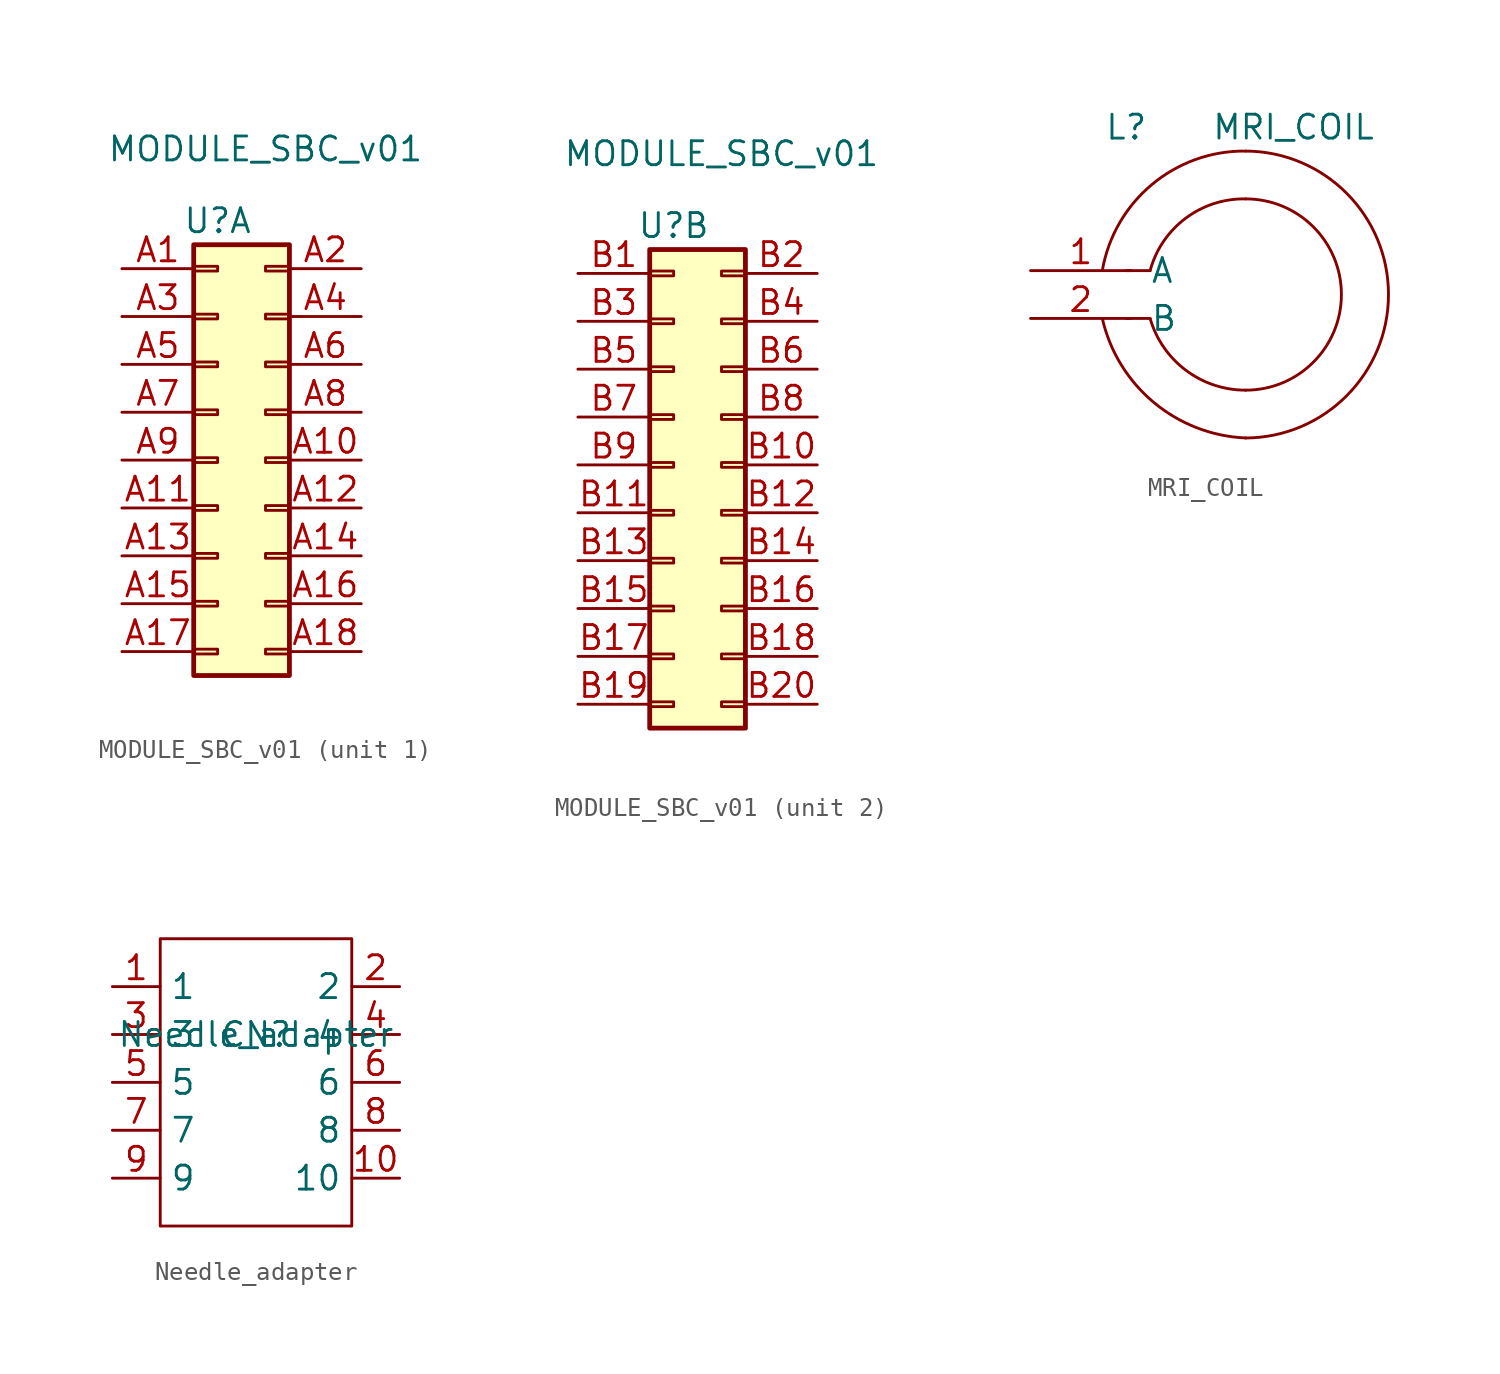
<source format=kicad_sym>
(kicad_symbol_lib
  (version 20211014)
  (generator kicad_symbol_editor)
  (symbol "MODULE_SBC_v01"
    (property "Reference" "U"
      (at -1.27 13.97 0)
      (effects (font (size 1.27 1.27))))
    (property "Value" "MODULE_SBC_v01"
      (at 1.27 17.78 0)
      (effects (font (size 1.27 1.27))))
    (property "ki_locked" ""
      (at 0 0 0)
      (effects (font (size 1.27 1.27))))
    (symbol "MODULE_SBC_v01_1_1"
      (rectangle (start -2.54 -8.763) (end -1.27 -9.017) (stroke (width 0.152) (type default) (color 0 0 0 0)) (fill (type none)))
      (rectangle (start -2.54 -6.223) (end -1.27 -6.477) (stroke (width 0.152) (type default) (color 0 0 0 0)) (fill (type none)))
      (rectangle (start -2.54 -3.683) (end -1.27 -3.937) (stroke (width 0.152) (type default) (color 0 0 0 0)) (fill (type none)))
      (rectangle (start -2.54 -1.143) (end -1.27 -1.397) (stroke (width 0.152) (type default) (color 0 0 0 0)) (fill (type none)))
      (rectangle (start -2.54 1.397) (end -1.27 1.143) (stroke (width 0.152) (type default) (color 0 0 0 0)) (fill (type none)))
      (rectangle (start -2.54 3.937) (end -1.27 3.683) (stroke (width 0.152) (type default) (color 0 0 0 0)) (fill (type none)))
      (rectangle (start -2.54 6.477) (end -1.27 6.223) (stroke (width 0.152) (type default) (color 0 0 0 0)) (fill (type none)))
      (rectangle (start -2.54 9.017) (end -1.27 8.763) (stroke (width 0.152) (type default) (color 0 0 0 0)) (fill (type none)))
      (rectangle (start -2.54 11.557) (end -1.27 11.303) (stroke (width 0.152) (type default) (color 0 0 0 0)) (fill (type none)))
      (rectangle (start -2.54 12.7) (end 2.54 -10.16) (stroke (width 0.254) (type default) (color 0 0 0 0)) (fill (type background)))
      (rectangle (start 2.54 -8.763) (end 1.27 -9.017) (stroke (width 0.152) (type default) (color 0 0 0 0)) (fill (type none)))
      (rectangle (start 2.54 -6.223) (end 1.27 -6.477) (stroke (width 0.152) (type default) (color 0 0 0 0)) (fill (type none)))
      (rectangle (start 2.54 -3.683) (end 1.27 -3.937) (stroke (width 0.152) (type default) (color 0 0 0 0)) (fill (type none)))
      (rectangle (start 2.54 -1.143) (end 1.27 -1.397) (stroke (width 0.152) (type default) (color 0 0 0 0)) (fill (type none)))
      (rectangle (start 2.54 1.397) (end 1.27 1.143) (stroke (width 0.152) (type default) (color 0 0 0 0)) (fill (type none)))
      (rectangle (start 2.54 3.937) (end 1.27 3.683) (stroke (width 0.152) (type default) (color 0 0 0 0)) (fill (type none)))
      (rectangle (start 2.54 6.477) (end 1.27 6.223) (stroke (width 0.152) (type default) (color 0 0 0 0)) (fill (type none)))
      (rectangle (start 2.54 9.017) (end 1.27 8.763) (stroke (width 0.152) (type default) (color 0 0 0 0)) (fill (type none)))
      (rectangle (start 2.54 11.557) (end 1.27 11.303) (stroke (width 0.152) (type default) (color 0 0 0 0)) (fill (type none)))
      (pin passive line (at -6.35 11.43 0) (length 3.81) (name "" (effects (font (size 1.27 1.27)))) (number "A1" (effects (font (size 1.27 1.27)))))
      (pin passive line (at 6.35 1.27 180) (length 3.81) (name "" (effects (font (size 1.27 1.27)))) (number "A10" (effects (font (size 1.27 1.27)))))
      (pin passive line (at -6.35 -1.27 0) (length 3.81) (name "" (effects (font (size 1.27 1.27)))) (number "A11" (effects (font (size 1.27 1.27)))))
      (pin passive line (at 6.35 -1.27 180) (length 3.81) (name "" (effects (font (size 1.27 1.27)))) (number "A12" (effects (font (size 1.27 1.27)))))
      (pin passive line (at -6.35 -3.81 0) (length 3.81) (name "" (effects (font (size 1.27 1.27)))) (number "A13" (effects (font (size 1.27 1.27)))))
      (pin passive line (at 6.35 -3.81 180) (length 3.81) (name "" (effects (font (size 1.27 1.27)))) (number "A14" (effects (font (size 1.27 1.27)))))
      (pin passive line (at -6.35 -6.35 0) (length 3.81) (name "" (effects (font (size 1.27 1.27)))) (number "A15" (effects (font (size 1.27 1.27)))))
      (pin passive line (at 6.35 -6.35 180) (length 3.81) (name "" (effects (font (size 1.27 1.27)))) (number "A16" (effects (font (size 1.27 1.27)))))
      (pin passive line (at -6.35 -8.89 0) (length 3.81) (name "" (effects (font (size 1.27 1.27)))) (number "A17" (effects (font (size 1.27 1.27)))))
      (pin passive line (at 6.35 -8.89 180) (length 3.81) (name "" (effects (font (size 1.27 1.27)))) (number "A18" (effects (font (size 1.27 1.27)))))
      (pin passive line (at 6.35 11.43 180) (length 3.81) (name "" (effects (font (size 1.27 1.27)))) (number "A2" (effects (font (size 1.27 1.27)))))
      (pin passive line (at -6.35 8.89 0) (length 3.81) (name "" (effects (font (size 1.27 1.27)))) (number "A3" (effects (font (size 1.27 1.27)))))
      (pin passive line (at 6.35 8.89 180) (length 3.81) (name "" (effects (font (size 1.27 1.27)))) (number "A4" (effects (font (size 1.27 1.27)))))
      (pin passive line (at -6.35 6.35 0) (length 3.81) (name "" (effects (font (size 1.27 1.27)))) (number "A5" (effects (font (size 1.27 1.27)))))
      (pin passive line (at 6.35 6.35 180) (length 3.81) (name "" (effects (font (size 1.27 1.27)))) (number "A6" (effects (font (size 1.27 1.27)))))
      (pin passive line (at -6.35 3.81 0) (length 3.81) (name "" (effects (font (size 1.27 1.27)))) (number "A7" (effects (font (size 1.27 1.27)))))
      (pin passive line (at 6.35 3.81 180) (length 3.81) (name "" (effects (font (size 1.27 1.27)))) (number "A8" (effects (font (size 1.27 1.27)))))
      (pin passive line (at -6.35 1.27 0) (length 3.81) (name "" (effects (font (size 1.27 1.27)))) (number "A9" (effects (font (size 1.27 1.27))))))
    (symbol "MODULE_SBC_v01_2_1"
      (rectangle (start -2.54 -11.303) (end -1.27 -11.557) (stroke (width 0.152) (type default) (color 0 0 0 0)) (fill (type none)))
      (rectangle (start -2.54 -8.763) (end -1.27 -9.017) (stroke (width 0.152) (type default) (color 0 0 0 0)) (fill (type none)))
      (rectangle (start -2.54 -6.223) (end -1.27 -6.477) (stroke (width 0.152) (type default) (color 0 0 0 0)) (fill (type none)))
      (rectangle (start -2.54 -3.683) (end -1.27 -3.937) (stroke (width 0.152) (type default) (color 0 0 0 0)) (fill (type none)))
      (rectangle (start -2.54 -1.143) (end -1.27 -1.397) (stroke (width 0.152) (type default) (color 0 0 0 0)) (fill (type none)))
      (rectangle (start -2.54 1.397) (end -1.27 1.143) (stroke (width 0.152) (type default) (color 0 0 0 0)) (fill (type none)))
      (rectangle (start -2.54 3.937) (end -1.27 3.683) (stroke (width 0.152) (type default) (color 0 0 0 0)) (fill (type none)))
      (rectangle (start -2.54 6.477) (end -1.27 6.223) (stroke (width 0.152) (type default) (color 0 0 0 0)) (fill (type none)))
      (rectangle (start -2.54 9.017) (end -1.27 8.763) (stroke (width 0.152) (type default) (color 0 0 0 0)) (fill (type none)))
      (rectangle (start -2.54 11.557) (end -1.27 11.303) (stroke (width 0.152) (type default) (color 0 0 0 0)) (fill (type none)))
      (rectangle (start -2.54 12.7) (end 2.54 -12.7) (stroke (width 0.254) (type default) (color 0 0 0 0)) (fill (type background)))
      (rectangle (start 2.54 -11.303) (end 1.27 -11.557) (stroke (width 0.152) (type default) (color 0 0 0 0)) (fill (type none)))
      (rectangle (start 2.54 -8.763) (end 1.27 -9.017) (stroke (width 0.152) (type default) (color 0 0 0 0)) (fill (type none)))
      (rectangle (start 2.54 -6.223) (end 1.27 -6.477) (stroke (width 0.152) (type default) (color 0 0 0 0)) (fill (type none)))
      (rectangle (start 2.54 -3.683) (end 1.27 -3.937) (stroke (width 0.152) (type default) (color 0 0 0 0)) (fill (type none)))
      (rectangle (start 2.54 -1.143) (end 1.27 -1.397) (stroke (width 0.152) (type default) (color 0 0 0 0)) (fill (type none)))
      (rectangle (start 2.54 1.397) (end 1.27 1.143) (stroke (width 0.152) (type default) (color 0 0 0 0)) (fill (type none)))
      (rectangle (start 2.54 3.937) (end 1.27 3.683) (stroke (width 0.152) (type default) (color 0 0 0 0)) (fill (type none)))
      (rectangle (start 2.54 6.477) (end 1.27 6.223) (stroke (width 0.152) (type default) (color 0 0 0 0)) (fill (type none)))
      (rectangle (start 2.54 9.017) (end 1.27 8.763) (stroke (width 0.152) (type default) (color 0 0 0 0)) (fill (type none)))
      (rectangle (start 2.54 11.557) (end 1.27 11.303) (stroke (width 0.152) (type default) (color 0 0 0 0)) (fill (type none)))
      (pin passive line (at -6.35 11.43 0) (length 3.81) (name "" (effects (font (size 1.27 1.27)))) (number "B1" (effects (font (size 1.27 1.27)))))
      (pin passive line (at 6.35 1.27 180) (length 3.81) (name "" (effects (font (size 1.27 1.27)))) (number "B10" (effects (font (size 1.27 1.27)))))
      (pin passive line (at -6.35 -1.27 0) (length 3.81) (name "" (effects (font (size 1.27 1.27)))) (number "B11" (effects (font (size 1.27 1.27)))))
      (pin passive line (at 6.35 -1.27 180) (length 3.81) (name "" (effects (font (size 1.27 1.27)))) (number "B12" (effects (font (size 1.27 1.27)))))
      (pin passive line (at -6.35 -3.81 0) (length 3.81) (name "" (effects (font (size 1.27 1.27)))) (number "B13" (effects (font (size 1.27 1.27)))))
      (pin passive line (at 6.35 -3.81 180) (length 3.81) (name "" (effects (font (size 1.27 1.27)))) (number "B14" (effects (font (size 1.27 1.27)))))
      (pin passive line (at -6.35 -6.35 0) (length 3.81) (name "" (effects (font (size 1.27 1.27)))) (number "B15" (effects (font (size 1.27 1.27)))))
      (pin passive line (at 6.35 -6.35 180) (length 3.81) (name "" (effects (font (size 1.27 1.27)))) (number "B16" (effects (font (size 1.27 1.27)))))
      (pin passive line (at -6.35 -8.89 0) (length 3.81) (name "" (effects (font (size 1.27 1.27)))) (number "B17" (effects (font (size 1.27 1.27)))))
      (pin passive line (at 6.35 -8.89 180) (length 3.81) (name "" (effects (font (size 1.27 1.27)))) (number "B18" (effects (font (size 1.27 1.27)))))
      (pin passive line (at -6.35 -11.43 0) (length 3.81) (name "" (effects (font (size 1.27 1.27)))) (number "B19" (effects (font (size 1.27 1.27)))))
      (pin passive line (at 6.35 11.43 180) (length 3.81) (name "" (effects (font (size 1.27 1.27)))) (number "B2" (effects (font (size 1.27 1.27)))))
      (pin passive line (at 6.35 -11.43 180) (length 3.81) (name "" (effects (font (size 1.27 1.27)))) (number "B20" (effects (font (size 1.27 1.27)))))
      (pin passive line (at -6.35 8.89 0) (length 3.81) (name "" (effects (font (size 1.27 1.27)))) (number "B3" (effects (font (size 1.27 1.27)))))
      (pin passive line (at 6.35 8.89 180) (length 3.81) (name "" (effects (font (size 1.27 1.27)))) (number "B4" (effects (font (size 1.27 1.27)))))
      (pin passive line (at -6.35 6.35 0) (length 3.81) (name "" (effects (font (size 1.27 1.27)))) (number "B5" (effects (font (size 1.27 1.27)))))
      (pin passive line (at 6.35 6.35 180) (length 3.81) (name "" (effects (font (size 1.27 1.27)))) (number "B6" (effects (font (size 1.27 1.27)))))
      (pin passive line (at -6.35 3.81 0) (length 3.81) (name "" (effects (font (size 1.27 1.27)))) (number "B7" (effects (font (size 1.27 1.27)))))
      (pin passive line (at 6.35 3.81 180) (length 3.81) (name "" (effects (font (size 1.27 1.27)))) (number "B8" (effects (font (size 1.27 1.27)))))
      (pin passive line (at -6.35 1.27 0) (length 3.81) (name "" (effects (font (size 1.27 1.27)))) (number "B9" (effects (font (size 1.27 1.27)))))))
  (symbol "MRI_COIL"
    (pin_names
      (offset 1.016))
    (property "Reference" "L"
      (at -6.35 8.89 0)
      (effects (font (size 1.27 1.27))))
    (property "Value" "MRI_COIL"
      (at 2.54 8.89 0)
      (effects (font (size 1.27 1.27))))
    (symbol "MRI_COIL_0_1"
      (arc (start -7.62 -1.27) (mid -4.8847 -5.7326) (end 0 -7.62) (stroke (width 0) (type default) (color 0 0 0 0)) (fill (type none)))
      (arc (start -5.08 -1.27) (mid -3.1768 -4.0258) (end 0 -5.08) (stroke (width 0) (type default) (color 0 0 0 0)) (fill (type none)))
      (arc (start 0 -7.62) (mid 7.62 0) (end 0 7.62) (stroke (width 0) (type default) (color 0 0 0 0)) (fill (type none)))
      (arc (start 0 -5.08) (mid 5.08 0) (end 0 5.08) (stroke (width 0) (type default) (color 0 0 0 0)) (fill (type none)))
      (polyline (pts (xy -6.35 -1.27) (xy -5.08 -1.27)) (stroke (width 0) (type default) (color 0 0 0 0)) (fill (type none)))
      (polyline (pts (xy -6.35 1.27) (xy -5.08 1.27)) (stroke (width 0) (type default) (color 0 0 0 0)) (fill (type none)))
      (arc (start 0 5.08) (mid -3.1959 4.0496) (end -5.08 1.27) (stroke (width 0) (type default) (color 0 0 0 0)) (fill (type none)))
      (arc (start 0 7.62) (mid -4.9814 5.8471) (end -7.62 1.27) (stroke (width 0) (type default) (color 0 0 0 0)) (fill (type none))))
    (symbol "MRI_COIL_1_1"
      (pin passive line (at -11.43 1.27 0) (length 5.334) (name "A" (effects (font (size 1.27 1.27)))) (number "1" (effects (font (size 1.27 1.27)))))
      (pin passive line (at -11.43 -1.27 0) (length 5.334) (name "B" (effects (font (size 1.27 1.27)))) (number "2" (effects (font (size 1.27 1.27)))))))
  (symbol "Needle_adapter"
    (property "Reference" "CN"
      (at 0 0 0)
      (effects (font (size 1.27 1.27))))
    (property "Value" "Needle_adapter"
      (at 0 0 0)
      (effects (font (size 1.27 1.27))))
    (symbol "Needle_adapter_0_1"
      (rectangle (start -5.08 5.08) (end 5.08 -10.16) (stroke (width 0) (type default) (color 0 0 0 0)) (fill (type none))))
    (symbol "Needle_adapter_1_1"
      (pin input line (at -7.62 2.54 0) (length 2.54) (name "1" (effects (font (size 1.27 1.27)))) (number "1" (effects (font (size 1.27 1.27)))))
      (pin input line (at 7.62 -7.62 180) (length 2.54) (name "10" (effects (font (size 1.27 1.27)))) (number "10" (effects (font (size 1.27 1.27)))))
      (pin input line (at 7.62 2.54 180) (length 2.54) (name "2" (effects (font (size 1.27 1.27)))) (number "2" (effects (font (size 1.27 1.27)))))
      (pin input line (at -7.62 0 0) (length 2.54) (name "3" (effects (font (size 1.27 1.27)))) (number "3" (effects (font (size 1.27 1.27)))))
      (pin input line (at 7.62 0 180) (length 2.54) (name "4" (effects (font (size 1.27 1.27)))) (number "4" (effects (font (size 1.27 1.27)))))
      (pin input line (at -7.62 -2.54 0) (length 2.54) (name "5" (effects (font (size 1.27 1.27)))) (number "5" (effects (font (size 1.27 1.27)))))
      (pin input line (at 7.62 -2.54 180) (length 2.54) (name "6" (effects (font (size 1.27 1.27)))) (number "6" (effects (font (size 1.27 1.27)))))
      (pin input line (at -7.62 -5.08 0) (length 2.54) (name "7" (effects (font (size 1.27 1.27)))) (number "7" (effects (font (size 1.27 1.27)))))
      (pin input line (at 7.62 -5.08 180) (length 2.54) (name "8" (effects (font (size 1.27 1.27)))) (number "8" (effects (font (size 1.27 1.27)))))
      (pin input line (at -7.62 -7.62 0) (length 2.54) (name "9" (effects (font (size 1.27 1.27)))) (number "9" (effects (font (size 1.27 1.27))))))))
</source>
